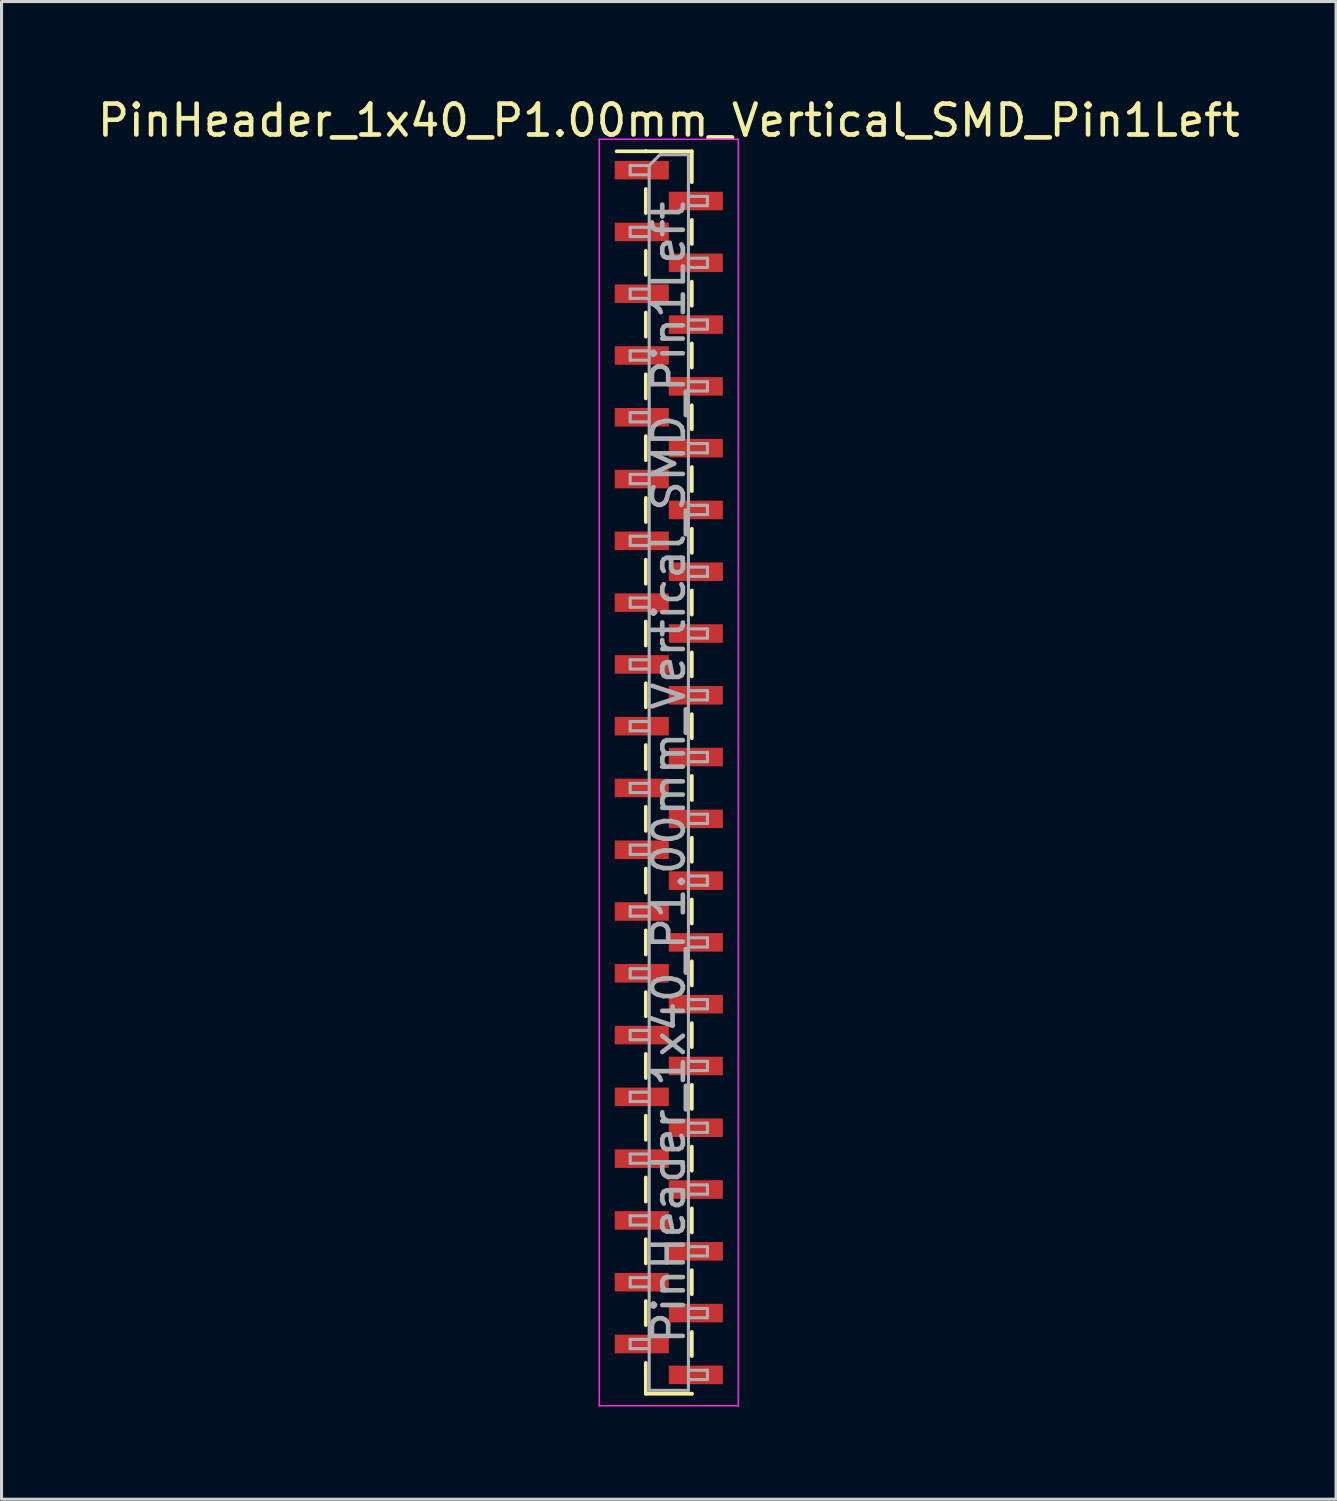
<source format=kicad_pcb>
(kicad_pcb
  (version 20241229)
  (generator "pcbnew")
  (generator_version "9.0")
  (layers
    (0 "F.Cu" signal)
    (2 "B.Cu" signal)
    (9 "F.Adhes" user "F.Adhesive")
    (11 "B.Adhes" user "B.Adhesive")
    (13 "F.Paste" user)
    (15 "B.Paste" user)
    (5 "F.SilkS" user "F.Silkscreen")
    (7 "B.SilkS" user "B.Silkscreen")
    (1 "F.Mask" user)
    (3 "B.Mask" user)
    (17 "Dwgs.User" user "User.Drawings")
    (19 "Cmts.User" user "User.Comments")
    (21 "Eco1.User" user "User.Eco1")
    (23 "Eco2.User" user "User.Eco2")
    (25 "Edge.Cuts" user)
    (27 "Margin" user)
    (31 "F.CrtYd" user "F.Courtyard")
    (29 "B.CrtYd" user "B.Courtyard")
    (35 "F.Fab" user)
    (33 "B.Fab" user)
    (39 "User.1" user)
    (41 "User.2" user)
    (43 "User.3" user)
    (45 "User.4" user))
  (footprint "PinHeader_1x40_P1.00mm_Vertical_SMD_Pin1Left"
    (layer "F.Cu")
    (at 18.601 21.958)
    (property "Reference" "PinHeader_1x40_P1.00mm_Vertical_SMD_Pin1Left" (at 0 -21.11 0) (layer "F.SilkS") (effects (font (size 1 1) (thickness 0.15))))
    (attr smd)
    (fp_line (start -0.745 -20.11) (end -1.69 -20.11) (stroke (width 0.12) (type solid)) (layer "F.SilkS"))
    (fp_line (start -0.745 -20.11) (end -0.745 -20.11) (stroke (width 0.12) (type solid)) (layer "F.SilkS"))
    (fp_line (start -0.745 -20.11) (end 0.745 -20.11) (stroke (width 0.12) (type solid)) (layer "F.SilkS"))
    (fp_line (start -0.745 -18.89) (end -0.745 -18.11) (stroke (width 0.12) (type solid)) (layer "F.SilkS"))
    (fp_line (start -0.745 -16.89) (end -0.745 -16.11) (stroke (width 0.12) (type solid)) (layer "F.SilkS"))
    (fp_line (start -0.745 -14.89) (end -0.745 -14.11) (stroke (width 0.12) (type solid)) (layer "F.SilkS"))
    (fp_line (start -0.745 -12.89) (end -0.745 -12.11) (stroke (width 0.12) (type solid)) (layer "F.SilkS"))
    (fp_line (start -0.745 -10.89) (end -0.745 -10.11) (stroke (width 0.12) (type solid)) (layer "F.SilkS"))
    (fp_line (start -0.745 -8.89) (end -0.745 -8.11) (stroke (width 0.12) (type solid)) (layer "F.SilkS"))
    (fp_line (start -0.745 -6.89) (end -0.745 -6.11) (stroke (width 0.12) (type solid)) (layer "F.SilkS"))
    (fp_line (start -0.745 -4.89) (end -0.745 -4.11) (stroke (width 0.12) (type solid)) (layer "F.SilkS"))
    (fp_line (start -0.745 -2.89) (end -0.745 -2.11) (stroke (width 0.12) (type solid)) (layer "F.SilkS"))
    (fp_line (start -0.745 -0.89) (end -0.745 -0.11) (stroke (width 0.12) (type solid)) (layer "F.SilkS"))
    (fp_line (start -0.745 1.11) (end -0.745 1.89) (stroke (width 0.12) (type solid)) (layer "F.SilkS"))
    (fp_line (start -0.745 3.11) (end -0.745 3.89) (stroke (width 0.12) (type solid)) (layer "F.SilkS"))
    (fp_line (start -0.745 5.11) (end -0.745 5.89) (stroke (width 0.12) (type solid)) (layer "F.SilkS"))
    (fp_line (start -0.745 7.11) (end -0.745 7.89) (stroke (width 0.12) (type solid)) (layer "F.SilkS"))
    (fp_line (start -0.745 9.11) (end -0.745 9.89) (stroke (width 0.12) (type solid)) (layer "F.SilkS"))
    (fp_line (start -0.745 11.11) (end -0.745 11.89) (stroke (width 0.12) (type solid)) (layer "F.SilkS"))
    (fp_line (start -0.745 13.11) (end -0.745 13.89) (stroke (width 0.12) (type solid)) (layer "F.SilkS"))
    (fp_line (start -0.745 15.11) (end -0.745 15.89) (stroke (width 0.12) (type solid)) (layer "F.SilkS"))
    (fp_line (start -0.745 17.11) (end -0.745 17.89) (stroke (width 0.12) (type solid)) (layer "F.SilkS"))
    (fp_line (start -0.745 19.11) (end -0.745 20.11) (stroke (width 0.12) (type solid)) (layer "F.SilkS"))
    (fp_line (start -0.745 20.11) (end 0.745 20.11) (stroke (width 0.12) (type solid)) (layer "F.SilkS"))
    (fp_line (start 0.745 -20.11) (end 0.745 -19.11) (stroke (width 0.12) (type solid)) (layer "F.SilkS"))
    (fp_line (start 0.745 -17.89) (end 0.745 -17.11) (stroke (width 0.12) (type solid)) (layer "F.SilkS"))
    (fp_line (start 0.745 -15.89) (end 0.745 -15.11) (stroke (width 0.12) (type solid)) (layer "F.SilkS"))
    (fp_line (start 0.745 -13.89) (end 0.745 -13.11) (stroke (width 0.12) (type solid)) (layer "F.SilkS"))
    (fp_line (start 0.745 -11.89) (end 0.745 -11.11) (stroke (width 0.12) (type solid)) (layer "F.SilkS"))
    (fp_line (start 0.745 -9.89) (end 0.745 -9.11) (stroke (width 0.12) (type solid)) (layer "F.SilkS"))
    (fp_line (start 0.745 -7.89) (end 0.745 -7.11) (stroke (width 0.12) (type solid)) (layer "F.SilkS"))
    (fp_line (start 0.745 -5.89) (end 0.745 -5.11) (stroke (width 0.12) (type solid)) (layer "F.SilkS"))
    (fp_line (start 0.745 -3.89) (end 0.745 -3.11) (stroke (width 0.12) (type solid)) (layer "F.SilkS"))
    (fp_line (start 0.745 -1.89) (end 0.745 -1.11) (stroke (width 0.12) (type solid)) (layer "F.SilkS"))
    (fp_line (start 0.745 0.11) (end 0.745 0.89) (stroke (width 0.12) (type solid)) (layer "F.SilkS"))
    (fp_line (start 0.745 2.11) (end 0.745 2.89) (stroke (width 0.12) (type solid)) (layer "F.SilkS"))
    (fp_line (start 0.745 4.11) (end 0.745 4.89) (stroke (width 0.12) (type solid)) (layer "F.SilkS"))
    (fp_line (start 0.745 6.11) (end 0.745 6.89) (stroke (width 0.12) (type solid)) (layer "F.SilkS"))
    (fp_line (start 0.745 8.11) (end 0.745 8.89) (stroke (width 0.12) (type solid)) (layer "F.SilkS"))
    (fp_line (start 0.745 10.11) (end 0.745 10.89) (stroke (width 0.12) (type solid)) (layer "F.SilkS"))
    (fp_line (start 0.745 12.11) (end 0.745 12.89) (stroke (width 0.12) (type solid)) (layer "F.SilkS"))
    (fp_line (start 0.745 14.11) (end 0.745 14.89) (stroke (width 0.12) (type solid)) (layer "F.SilkS"))
    (fp_line (start 0.745 16.11) (end 0.745 16.89) (stroke (width 0.12) (type solid)) (layer "F.SilkS"))
    (fp_line (start 0.745 18.11) (end 0.745 18.89) (stroke (width 0.12) (type solid)) (layer "F.SilkS"))
    (fp_line (start 0.745 20.11) (end 0.745 20.11) (stroke (width 0.12) (type solid)) (layer "F.SilkS"))
    (fp_line (start -2.25 -20.5) (end -2.25 20.5) (stroke (width 0.05) (type solid)) (layer "F.CrtYd"))
    (fp_line (start -2.25 20.5) (end 2.25 20.5) (stroke (width 0.05) (type solid)) (layer "F.CrtYd"))
    (fp_line (start 2.25 -20.5) (end -2.25 -20.5) (stroke (width 0.05) (type solid)) (layer "F.CrtYd"))
    (fp_line (start 2.25 20.5) (end 2.25 -20.5) (stroke (width 0.05) (type solid)) (layer "F.CrtYd"))
    (fp_line (start -1.25 -19.65) (end -1.25 -19.35) (stroke (width 0.1) (type solid)) (layer "F.Fab"))
    (fp_line (start -1.25 -19.35) (end -0.635 -19.35) (stroke (width 0.1) (type solid)) (layer "F.Fab"))
    (fp_line (start -1.25 -17.65) (end -1.25 -17.35) (stroke (width 0.1) (type solid)) (layer "F.Fab"))
    (fp_line (start -1.25 -17.35) (end -0.635 -17.35) (stroke (width 0.1) (type solid)) (layer "F.Fab"))
    (fp_line (start -1.25 -15.65) (end -1.25 -15.35) (stroke (width 0.1) (type solid)) (layer "F.Fab"))
    (fp_line (start -1.25 -15.35) (end -0.635 -15.35) (stroke (width 0.1) (type solid)) (layer "F.Fab"))
    (fp_line (start -1.25 -13.65) (end -1.25 -13.35) (stroke (width 0.1) (type solid)) (layer "F.Fab"))
    (fp_line (start -1.25 -13.35) (end -0.635 -13.35) (stroke (width 0.1) (type solid)) (layer "F.Fab"))
    (fp_line (start -1.25 -11.65) (end -1.25 -11.35) (stroke (width 0.1) (type solid)) (layer "F.Fab"))
    (fp_line (start -1.25 -11.35) (end -0.635 -11.35) (stroke (width 0.1) (type solid)) (layer "F.Fab"))
    (fp_line (start -1.25 -9.65) (end -1.25 -9.35) (stroke (width 0.1) (type solid)) (layer "F.Fab"))
    (fp_line (start -1.25 -9.35) (end -0.635 -9.35) (stroke (width 0.1) (type solid)) (layer "F.Fab"))
    (fp_line (start -1.25 -7.65) (end -1.25 -7.35) (stroke (width 0.1) (type solid)) (layer "F.Fab"))
    (fp_line (start -1.25 -7.35) (end -0.635 -7.35) (stroke (width 0.1) (type solid)) (layer "F.Fab"))
    (fp_line (start -1.25 -5.65) (end -1.25 -5.35) (stroke (width 0.1) (type solid)) (layer "F.Fab"))
    (fp_line (start -1.25 -5.35) (end -0.635 -5.35) (stroke (width 0.1) (type solid)) (layer "F.Fab"))
    (fp_line (start -1.25 -3.65) (end -1.25 -3.35) (stroke (width 0.1) (type solid)) (layer "F.Fab"))
    (fp_line (start -1.25 -3.35) (end -0.635 -3.35) (stroke (width 0.1) (type solid)) (layer "F.Fab"))
    (fp_line (start -1.25 -1.65) (end -1.25 -1.35) (stroke (width 0.1) (type solid)) (layer "F.Fab"))
    (fp_line (start -1.25 -1.35) (end -0.635 -1.35) (stroke (width 0.1) (type solid)) (layer "F.Fab"))
    (fp_line (start -1.25 0.35) (end -1.25 0.65) (stroke (width 0.1) (type solid)) (layer "F.Fab"))
    (fp_line (start -1.25 0.65) (end -0.635 0.65) (stroke (width 0.1) (type solid)) (layer "F.Fab"))
    (fp_line (start -1.25 2.35) (end -1.25 2.65) (stroke (width 0.1) (type solid)) (layer "F.Fab"))
    (fp_line (start -1.25 2.65) (end -0.635 2.65) (stroke (width 0.1) (type solid)) (layer "F.Fab"))
    (fp_line (start -1.25 4.35) (end -1.25 4.65) (stroke (width 0.1) (type solid)) (layer "F.Fab"))
    (fp_line (start -1.25 4.65) (end -0.635 4.65) (stroke (width 0.1) (type solid)) (layer "F.Fab"))
    (fp_line (start -1.25 6.35) (end -1.25 6.65) (stroke (width 0.1) (type solid)) (layer "F.Fab"))
    (fp_line (start -1.25 6.65) (end -0.635 6.65) (stroke (width 0.1) (type solid)) (layer "F.Fab"))
    (fp_line (start -1.25 8.35) (end -1.25 8.65) (stroke (width 0.1) (type solid)) (layer "F.Fab"))
    (fp_line (start -1.25 8.65) (end -0.635 8.65) (stroke (width 0.1) (type solid)) (layer "F.Fab"))
    (fp_line (start -1.25 10.35) (end -1.25 10.65) (stroke (width 0.1) (type solid)) (layer "F.Fab"))
    (fp_line (start -1.25 10.65) (end -0.635 10.65) (stroke (width 0.1) (type solid)) (layer "F.Fab"))
    (fp_line (start -1.25 12.35) (end -1.25 12.65) (stroke (width 0.1) (type solid)) (layer "F.Fab"))
    (fp_line (start -1.25 12.65) (end -0.635 12.65) (stroke (width 0.1) (type solid)) (layer "F.Fab"))
    (fp_line (start -1.25 14.35) (end -1.25 14.65) (stroke (width 0.1) (type solid)) (layer "F.Fab"))
    (fp_line (start -1.25 14.65) (end -0.635 14.65) (stroke (width 0.1) (type solid)) (layer "F.Fab"))
    (fp_line (start -1.25 16.35) (end -1.25 16.65) (stroke (width 0.1) (type solid)) (layer "F.Fab"))
    (fp_line (start -1.25 16.65) (end -0.635 16.65) (stroke (width 0.1) (type solid)) (layer "F.Fab"))
    (fp_line (start -1.25 18.35) (end -1.25 18.65) (stroke (width 0.1) (type solid)) (layer "F.Fab"))
    (fp_line (start -1.25 18.65) (end -0.635 18.65) (stroke (width 0.1) (type solid)) (layer "F.Fab"))
    (fp_line (start -0.635 -19.65) (end -1.25 -19.65) (stroke (width 0.1) (type solid)) (layer "F.Fab"))
    (fp_line (start -0.635 -19.65) (end -0.285 -20) (stroke (width 0.1) (type solid)) (layer "F.Fab"))
    (fp_line (start -0.635 -17.65) (end -1.25 -17.65) (stroke (width 0.1) (type solid)) (layer "F.Fab"))
    (fp_line (start -0.635 -15.65) (end -1.25 -15.65) (stroke (width 0.1) (type solid)) (layer "F.Fab"))
    (fp_line (start -0.635 -13.65) (end -1.25 -13.65) (stroke (width 0.1) (type solid)) (layer "F.Fab"))
    (fp_line (start -0.635 -11.65) (end -1.25 -11.65) (stroke (width 0.1) (type solid)) (layer "F.Fab"))
    (fp_line (start -0.635 -9.65) (end -1.25 -9.65) (stroke (width 0.1) (type solid)) (layer "F.Fab"))
    (fp_line (start -0.635 -7.65) (end -1.25 -7.65) (stroke (width 0.1) (type solid)) (layer "F.Fab"))
    (fp_line (start -0.635 -5.65) (end -1.25 -5.65) (stroke (width 0.1) (type solid)) (layer "F.Fab"))
    (fp_line (start -0.635 -3.65) (end -1.25 -3.65) (stroke (width 0.1) (type solid)) (layer "F.Fab"))
    (fp_line (start -0.635 -1.65) (end -1.25 -1.65) (stroke (width 0.1) (type solid)) (layer "F.Fab"))
    (fp_line (start -0.635 0.35) (end -1.25 0.35) (stroke (width 0.1) (type solid)) (layer "F.Fab"))
    (fp_line (start -0.635 2.35) (end -1.25 2.35) (stroke (width 0.1) (type solid)) (layer "F.Fab"))
    (fp_line (start -0.635 4.35) (end -1.25 4.35) (stroke (width 0.1) (type solid)) (layer "F.Fab"))
    (fp_line (start -0.635 6.35) (end -1.25 6.35) (stroke (width 0.1) (type solid)) (layer "F.Fab"))
    (fp_line (start -0.635 8.35) (end -1.25 8.35) (stroke (width 0.1) (type solid)) (layer "F.Fab"))
    (fp_line (start -0.635 10.35) (end -1.25 10.35) (stroke (width 0.1) (type solid)) (layer "F.Fab"))
    (fp_line (start -0.635 12.35) (end -1.25 12.35) (stroke (width 0.1) (type solid)) (layer "F.Fab"))
    (fp_line (start -0.635 14.35) (end -1.25 14.35) (stroke (width 0.1) (type solid)) (layer "F.Fab"))
    (fp_line (start -0.635 16.35) (end -1.25 16.35) (stroke (width 0.1) (type solid)) (layer "F.Fab"))
    (fp_line (start -0.635 18.35) (end -1.25 18.35) (stroke (width 0.1) (type solid)) (layer "F.Fab"))
    (fp_line (start -0.635 20) (end -0.635 -19.65) (stroke (width 0.1) (type solid)) (layer "F.Fab"))
    (fp_line (start -0.285 -20) (end 0.635 -20) (stroke (width 0.1) (type solid)) (layer "F.Fab"))
    (fp_line (start 0.635 -20) (end 0.635 20) (stroke (width 0.1) (type solid)) (layer "F.Fab"))
    (fp_line (start 0.635 -18.65) (end 1.25 -18.65) (stroke (width 0.1) (type solid)) (layer "F.Fab"))
    (fp_line (start 0.635 -16.65) (end 1.25 -16.65) (stroke (width 0.1) (type solid)) (layer "F.Fab"))
    (fp_line (start 0.635 -14.65) (end 1.25 -14.65) (stroke (width 0.1) (type solid)) (layer "F.Fab"))
    (fp_line (start 0.635 -12.65) (end 1.25 -12.65) (stroke (width 0.1) (type solid)) (layer "F.Fab"))
    (fp_line (start 0.635 -10.65) (end 1.25 -10.65) (stroke (width 0.1) (type solid)) (layer "F.Fab"))
    (fp_line (start 0.635 -8.65) (end 1.25 -8.65) (stroke (width 0.1) (type solid)) (layer "F.Fab"))
    (fp_line (start 0.635 -6.65) (end 1.25 -6.65) (stroke (width 0.1) (type solid)) (layer "F.Fab"))
    (fp_line (start 0.635 -4.65) (end 1.25 -4.65) (stroke (width 0.1) (type solid)) (layer "F.Fab"))
    (fp_line (start 0.635 -2.65) (end 1.25 -2.65) (stroke (width 0.1) (type solid)) (layer "F.Fab"))
    (fp_line (start 0.635 -0.65) (end 1.25 -0.65) (stroke (width 0.1) (type solid)) (layer "F.Fab"))
    (fp_line (start 0.635 1.35) (end 1.25 1.35) (stroke (width 0.1) (type solid)) (layer "F.Fab"))
    (fp_line (start 0.635 3.35) (end 1.25 3.35) (stroke (width 0.1) (type solid)) (layer "F.Fab"))
    (fp_line (start 0.635 5.35) (end 1.25 5.35) (stroke (width 0.1) (type solid)) (layer "F.Fab"))
    (fp_line (start 0.635 7.35) (end 1.25 7.35) (stroke (width 0.1) (type solid)) (layer "F.Fab"))
    (fp_line (start 0.635 9.35) (end 1.25 9.35) (stroke (width 0.1) (type solid)) (layer "F.Fab"))
    (fp_line (start 0.635 11.35) (end 1.25 11.35) (stroke (width 0.1) (type solid)) (layer "F.Fab"))
    (fp_line (start 0.635 13.35) (end 1.25 13.35) (stroke (width 0.1) (type solid)) (layer "F.Fab"))
    (fp_line (start 0.635 15.35) (end 1.25 15.35) (stroke (width 0.1) (type solid)) (layer "F.Fab"))
    (fp_line (start 0.635 17.35) (end 1.25 17.35) (stroke (width 0.1) (type solid)) (layer "F.Fab"))
    (fp_line (start 0.635 19.35) (end 1.25 19.35) (stroke (width 0.1) (type solid)) (layer "F.Fab"))
    (fp_line (start 0.635 20) (end -0.635 20) (stroke (width 0.1) (type solid)) (layer "F.Fab"))
    (fp_line (start 1.25 -18.65) (end 1.25 -18.35) (stroke (width 0.1) (type solid)) (layer "F.Fab"))
    (fp_line (start 1.25 -18.35) (end 0.635 -18.35) (stroke (width 0.1) (type solid)) (layer "F.Fab"))
    (fp_line (start 1.25 -16.65) (end 1.25 -16.35) (stroke (width 0.1) (type solid)) (layer "F.Fab"))
    (fp_line (start 1.25 -16.35) (end 0.635 -16.35) (stroke (width 0.1) (type solid)) (layer "F.Fab"))
    (fp_line (start 1.25 -14.65) (end 1.25 -14.35) (stroke (width 0.1) (type solid)) (layer "F.Fab"))
    (fp_line (start 1.25 -14.35) (end 0.635 -14.35) (stroke (width 0.1) (type solid)) (layer "F.Fab"))
    (fp_line (start 1.25 -12.65) (end 1.25 -12.35) (stroke (width 0.1) (type solid)) (layer "F.Fab"))
    (fp_line (start 1.25 -12.35) (end 0.635 -12.35) (stroke (width 0.1) (type solid)) (layer "F.Fab"))
    (fp_line (start 1.25 -10.65) (end 1.25 -10.35) (stroke (width 0.1) (type solid)) (layer "F.Fab"))
    (fp_line (start 1.25 -10.35) (end 0.635 -10.35) (stroke (width 0.1) (type solid)) (layer "F.Fab"))
    (fp_line (start 1.25 -8.65) (end 1.25 -8.35) (stroke (width 0.1) (type solid)) (layer "F.Fab"))
    (fp_line (start 1.25 -8.35) (end 0.635 -8.35) (stroke (width 0.1) (type solid)) (layer "F.Fab"))
    (fp_line (start 1.25 -6.65) (end 1.25 -6.35) (stroke (width 0.1) (type solid)) (layer "F.Fab"))
    (fp_line (start 1.25 -6.35) (end 0.635 -6.35) (stroke (width 0.1) (type solid)) (layer "F.Fab"))
    (fp_line (start 1.25 -4.65) (end 1.25 -4.35) (stroke (width 0.1) (type solid)) (layer "F.Fab"))
    (fp_line (start 1.25 -4.35) (end 0.635 -4.35) (stroke (width 0.1) (type solid)) (layer "F.Fab"))
    (fp_line (start 1.25 -2.65) (end 1.25 -2.35) (stroke (width 0.1) (type solid)) (layer "F.Fab"))
    (fp_line (start 1.25 -2.35) (end 0.635 -2.35) (stroke (width 0.1) (type solid)) (layer "F.Fab"))
    (fp_line (start 1.25 -0.65) (end 1.25 -0.35) (stroke (width 0.1) (type solid)) (layer "F.Fab"))
    (fp_line (start 1.25 -0.35) (end 0.635 -0.35) (stroke (width 0.1) (type solid)) (layer "F.Fab"))
    (fp_line (start 1.25 1.35) (end 1.25 1.65) (stroke (width 0.1) (type solid)) (layer "F.Fab"))
    (fp_line (start 1.25 1.65) (end 0.635 1.65) (stroke (width 0.1) (type solid)) (layer "F.Fab"))
    (fp_line (start 1.25 3.35) (end 1.25 3.65) (stroke (width 0.1) (type solid)) (layer "F.Fab"))
    (fp_line (start 1.25 3.65) (end 0.635 3.65) (stroke (width 0.1) (type solid)) (layer "F.Fab"))
    (fp_line (start 1.25 5.35) (end 1.25 5.65) (stroke (width 0.1) (type solid)) (layer "F.Fab"))
    (fp_line (start 1.25 5.65) (end 0.635 5.65) (stroke (width 0.1) (type solid)) (layer "F.Fab"))
    (fp_line (start 1.25 7.35) (end 1.25 7.65) (stroke (width 0.1) (type solid)) (layer "F.Fab"))
    (fp_line (start 1.25 7.65) (end 0.635 7.65) (stroke (width 0.1) (type solid)) (layer "F.Fab"))
    (fp_line (start 1.25 9.35) (end 1.25 9.65) (stroke (width 0.1) (type solid)) (layer "F.Fab"))
    (fp_line (start 1.25 9.65) (end 0.635 9.65) (stroke (width 0.1) (type solid)) (layer "F.Fab"))
    (fp_line (start 1.25 11.35) (end 1.25 11.65) (stroke (width 0.1) (type solid)) (layer "F.Fab"))
    (fp_line (start 1.25 11.65) (end 0.635 11.65) (stroke (width 0.1) (type solid)) (layer "F.Fab"))
    (fp_line (start 1.25 13.35) (end 1.25 13.65) (stroke (width 0.1) (type solid)) (layer "F.Fab"))
    (fp_line (start 1.25 13.65) (end 0.635 13.65) (stroke (width 0.1) (type solid)) (layer "F.Fab"))
    (fp_line (start 1.25 15.35) (end 1.25 15.65) (stroke (width 0.1) (type solid)) (layer "F.Fab"))
    (fp_line (start 1.25 15.65) (end 0.635 15.65) (stroke (width 0.1) (type solid)) (layer "F.Fab"))
    (fp_line (start 1.25 17.35) (end 1.25 17.65) (stroke (width 0.1) (type solid)) (layer "F.Fab"))
    (fp_line (start 1.25 17.65) (end 0.635 17.65) (stroke (width 0.1) (type solid)) (layer "F.Fab"))
    (fp_line (start 1.25 19.35) (end 1.25 19.65) (stroke (width 0.1) (type solid)) (layer "F.Fab"))
    (fp_line (start 1.25 19.65) (end 0.635 19.65) (stroke (width 0.1) (type solid)) (layer "F.Fab"))
    (fp_text user "${REFERENCE}" (at 0 0 90) (layer "F.Fab") (effects (font (size 1 1) (thickness 0.15))))
    (pad "1" smd rect (at -0.875 -19.5) (size 1.75 0.6) (layers "F.Cu" "F.Mask" "F.Paste"))
    (pad "2" smd rect (at 0.875 -18.5) (size 1.75 0.6) (layers "F.Cu" "F.Mask" "F.Paste"))
    (pad "3" smd rect (at -0.875 -17.5) (size 1.75 0.6) (layers "F.Cu" "F.Mask" "F.Paste"))
    (pad "4" smd rect (at 0.875 -16.5) (size 1.75 0.6) (layers "F.Cu" "F.Mask" "F.Paste"))
    (pad "5" smd rect (at -0.875 -15.5) (size 1.75 0.6) (layers "F.Cu" "F.Mask" "F.Paste"))
    (pad "6" smd rect (at 0.875 -14.5) (size 1.75 0.6) (layers "F.Cu" "F.Mask" "F.Paste"))
    (pad "7" smd rect (at -0.875 -13.5) (size 1.75 0.6) (layers "F.Cu" "F.Mask" "F.Paste"))
    (pad "8" smd rect (at 0.875 -12.5) (size 1.75 0.6) (layers "F.Cu" "F.Mask" "F.Paste"))
    (pad "9" smd rect (at -0.875 -11.5) (size 1.75 0.6) (layers "F.Cu" "F.Mask" "F.Paste"))
    (pad "10" smd rect (at 0.875 -10.5) (size 1.75 0.6) (layers "F.Cu" "F.Mask" "F.Paste"))
    (pad "11" smd rect (at -0.875 -9.5) (size 1.75 0.6) (layers "F.Cu" "F.Mask" "F.Paste"))
    (pad "12" smd rect (at 0.875 -8.5) (size 1.75 0.6) (layers "F.Cu" "F.Mask" "F.Paste"))
    (pad "13" smd rect (at -0.875 -7.5) (size 1.75 0.6) (layers "F.Cu" "F.Mask" "F.Paste"))
    (pad "14" smd rect (at 0.875 -6.5) (size 1.75 0.6) (layers "F.Cu" "F.Mask" "F.Paste"))
    (pad "15" smd rect (at -0.875 -5.5) (size 1.75 0.6) (layers "F.Cu" "F.Mask" "F.Paste"))
    (pad "16" smd rect (at 0.875 -4.5) (size 1.75 0.6) (layers "F.Cu" "F.Mask" "F.Paste"))
    (pad "17" smd rect (at -0.875 -3.5) (size 1.75 0.6) (layers "F.Cu" "F.Mask" "F.Paste"))
    (pad "18" smd rect (at 0.875 -2.5) (size 1.75 0.6) (layers "F.Cu" "F.Mask" "F.Paste"))
    (pad "19" smd rect (at -0.875 -1.5) (size 1.75 0.6) (layers "F.Cu" "F.Mask" "F.Paste"))
    (pad "20" smd rect (at 0.875 -0.5) (size 1.75 0.6) (layers "F.Cu" "F.Mask" "F.Paste"))
    (pad "21" smd rect (at -0.875 0.5) (size 1.75 0.6) (layers "F.Cu" "F.Mask" "F.Paste"))
    (pad "22" smd rect (at 0.875 1.5) (size 1.75 0.6) (layers "F.Cu" "F.Mask" "F.Paste"))
    (pad "23" smd rect (at -0.875 2.5) (size 1.75 0.6) (layers "F.Cu" "F.Mask" "F.Paste"))
    (pad "24" smd rect (at 0.875 3.5) (size 1.75 0.6) (layers "F.Cu" "F.Mask" "F.Paste"))
    (pad "25" smd rect (at -0.875 4.5) (size 1.75 0.6) (layers "F.Cu" "F.Mask" "F.Paste"))
    (pad "26" smd rect (at 0.875 5.5) (size 1.75 0.6) (layers "F.Cu" "F.Mask" "F.Paste"))
    (pad "27" smd rect (at -0.875 6.5) (size 1.75 0.6) (layers "F.Cu" "F.Mask" "F.Paste"))
    (pad "28" smd rect (at 0.875 7.5) (size 1.75 0.6) (layers "F.Cu" "F.Mask" "F.Paste"))
    (pad "29" smd rect (at -0.875 8.5) (size 1.75 0.6) (layers "F.Cu" "F.Mask" "F.Paste"))
    (pad "30" smd rect (at 0.875 9.5) (size 1.75 0.6) (layers "F.Cu" "F.Mask" "F.Paste"))
    (pad "31" smd rect (at -0.875 10.5) (size 1.75 0.6) (layers "F.Cu" "F.Mask" "F.Paste"))
    (pad "32" smd rect (at 0.875 11.5) (size 1.75 0.6) (layers "F.Cu" "F.Mask" "F.Paste"))
    (pad "33" smd rect (at -0.875 12.5) (size 1.75 0.6) (layers "F.Cu" "F.Mask" "F.Paste"))
    (pad "34" smd rect (at 0.875 13.5) (size 1.75 0.6) (layers "F.Cu" "F.Mask" "F.Paste"))
    (pad "35" smd rect (at -0.875 14.5) (size 1.75 0.6) (layers "F.Cu" "F.Mask" "F.Paste"))
    (pad "36" smd rect (at 0.875 15.5) (size 1.75 0.6) (layers "F.Cu" "F.Mask" "F.Paste"))
    (pad "37" smd rect (at -0.875 16.5) (size 1.75 0.6) (layers "F.Cu" "F.Mask" "F.Paste"))
    (pad "38" smd rect (at 0.875 17.5) (size 1.75 0.6) (layers "F.Cu" "F.Mask" "F.Paste"))
    (pad "39" smd rect (at -0.875 18.5) (size 1.75 0.6) (layers "F.Cu" "F.Mask" "F.Paste"))
    (pad "40" smd rect (at 0.875 19.5) (size 1.75 0.6) (layers "F.Cu" "F.Mask" "F.Paste")))
  (gr_rect
    (start -3 -3)
    (end 40.202 45.483)
    (stroke (width 0.1) (type default))
    (fill no)
    (layer "Edge.Cuts")))
</source>
